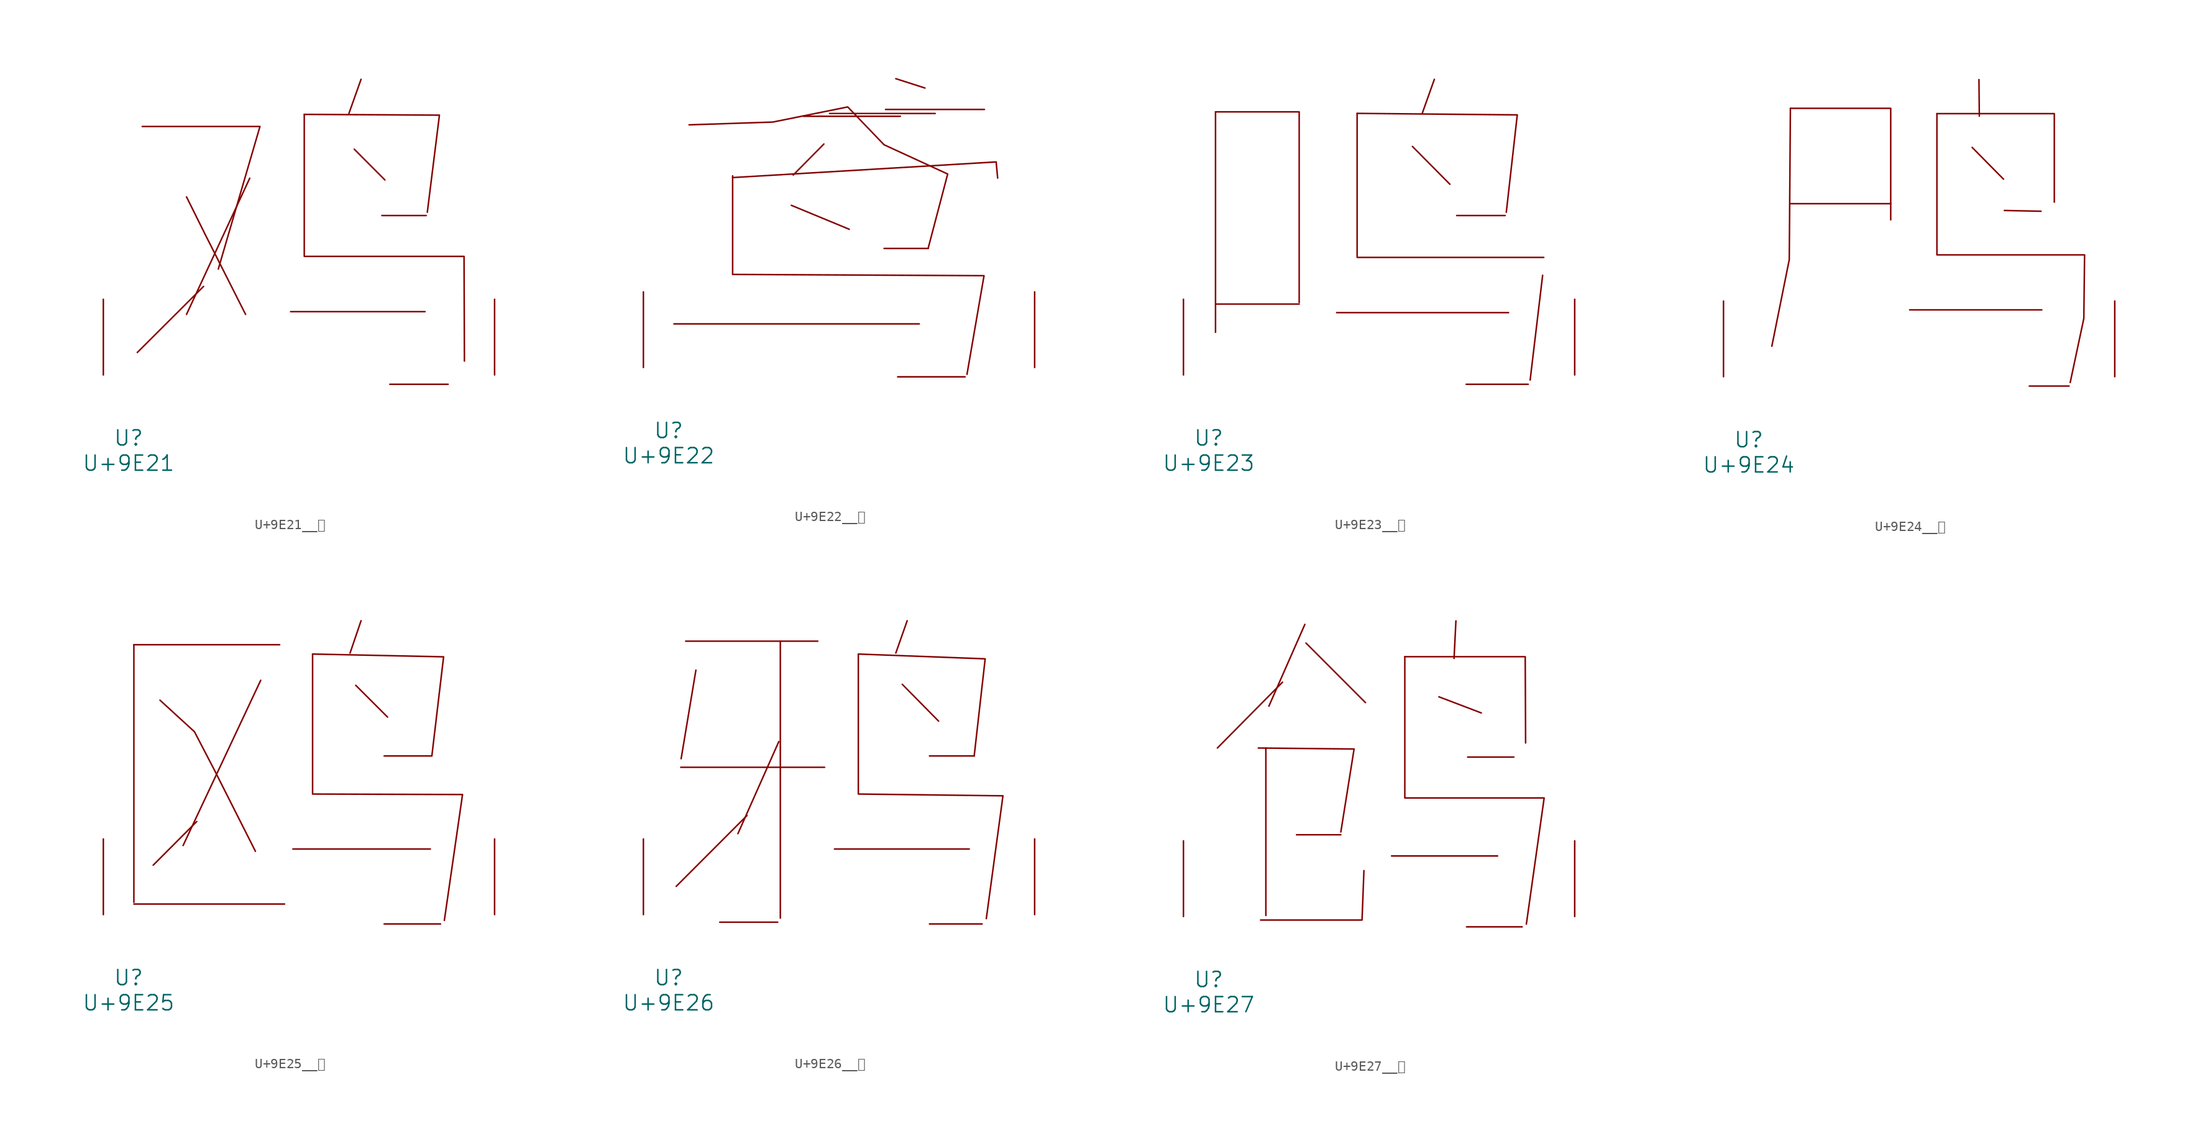
<source format=kicad_sym>
(kicad_symbol_lib
  (version 20231120)
  (generator "kicad_symbol_editor")
  (generator_version "8.0")
  (symbol "U+9E21__鸡"
    (pin_names
      (offset 1.016))
    (property "Reference" "U"
      (at 0 -6.35 0)
      (effects (font (size 1.524 1.524))))
    (property "Value" "U+9E21"
      (at 0 -8.89 0)
      (effects (font (size 1.524 1.524))))
    (symbol "U+9E21__鸡_0_1"
      (polyline (pts (xy 7.544 8.915) (xy 0.876 2.261)) (stroke (width 0) (type solid)) (fill (type none)))
      (polyline (pts (xy 12.192 19.812) (xy 5.829 6.096)) (stroke (width 0) (type solid)) (fill (type none)))
      (polyline (pts (xy 16.307 6.375) (xy 29.832 6.375)) (stroke (width 0) (type solid)) (fill (type none)))
      (polyline (pts (xy 22.708 22.733) (xy 25.794 19.634)) (stroke (width 0) (type solid)) (fill (type none)))
      (polyline (pts (xy 23.393 29.769) (xy 22.174 26.34)) (stroke (width 0) (type solid)) (fill (type none)))
      (polyline (pts (xy 25.489 16.053) (xy 29.947 16.053)) (stroke (width 0) (type solid)) (fill (type none)))
      (polyline (pts (xy 26.289 -0.94) (xy 32.156 -0.94)) (stroke (width 0) (type solid)) (fill (type none)))
      (polyline (pts (xy 1.372 25.019) (xy 13.221 25.019) (xy 9.03 10.668)) (stroke (width 0) (type solid)) (fill (type none)))
      (polyline (pts (xy 5.829 17.932) (xy 7.734 14.097) (xy 11.773 6.096)) (stroke (width 0) (type solid)) (fill (type none)))
      (polyline (pts (xy 17.678 26.238) (xy 31.28 26.162) (xy 30.061 16.383)) (stroke (width 0) (type solid)) (fill (type none)))
      (polyline (pts (xy 17.678 26.238) (xy 17.678 11.938) (xy 33.757 11.938) (xy 33.795 1.397)) (stroke (width 0) (type solid)) (fill (type none)))
      (pin input line (at -2.54 0 90) (length 7.62) (name "~" (effects (font (size 1.27 1.27)))) (number "~" (effects (font (size 1.27 1.27)))))
      (pin input line (at 36.83 0 90) (length 7.62) (name "~" (effects (font (size 1.27 1.27)))) (number "~" (effects (font (size 1.27 1.27)))))))
  (symbol "U+9E22__鸢"
    (pin_names
      (offset 1.016))
    (property "Reference" "U"
      (at 0 -6.35 0)
      (effects (font (size 1.524 1.524))))
    (property "Value" "U+9E22"
      (at 0 -8.89 0)
      (effects (font (size 1.524 1.524))))
    (symbol "U+9E22__鸢_0_1"
      (polyline (pts (xy 0.533 4.394) (xy 25.222 4.394)) (stroke (width 0) (type solid)) (fill (type none)))
      (polyline (pts (xy 12.344 16.332) (xy 18.174 13.919)) (stroke (width 0) (type solid)) (fill (type none)))
      (polyline (pts (xy 13.564 25.298) (xy 23.317 25.298)) (stroke (width 0) (type solid)) (fill (type none)))
      (polyline (pts (xy 15.621 22.504) (xy 12.535 19.38)) (stroke (width 0) (type solid)) (fill (type none)))
      (polyline (pts (xy 16.192 25.578) (xy 26.822 25.578)) (stroke (width 0) (type solid)) (fill (type none)))
      (polyline (pts (xy 21.679 11.989) (xy 26.137 11.989)) (stroke (width 0) (type solid)) (fill (type none)))
      (polyline (pts (xy 21.831 25.984) (xy 31.775 25.984)) (stroke (width 0) (type solid)) (fill (type none)))
      (polyline (pts (xy 22.86 29.083) (xy 25.794 28.143)) (stroke (width 0) (type solid)) (fill (type none)))
      (polyline (pts (xy 23.05 -0.94) (xy 29.832 -0.94)) (stroke (width 0) (type solid)) (fill (type none)))
      (polyline (pts (xy 6.439 19.126) (xy 32.956 20.701) (xy 33.109 19.075)) (stroke (width 0) (type solid)) (fill (type none)))
      (polyline (pts (xy 6.439 19.304) (xy 6.439 9.373) (xy 31.737 9.246) (xy 30.023 -0.686)) (stroke (width 0) (type solid)) (fill (type none)))
      (polyline (pts (xy 2.057 24.435) (xy 10.477 24.714) (xy 18.021 26.238) (xy 21.679 22.428) (xy 28.08 19.482) (xy 26.137 12.09)) (stroke (width 0) (type solid)) (fill (type none)))
      (pin input line (at -2.54 0 90) (length 7.62) (name "~" (effects (font (size 1.27 1.27)))) (number "~" (effects (font (size 1.27 1.27)))))
      (pin input line (at 36.83 0 90) (length 7.62) (name "~" (effects (font (size 1.27 1.27)))) (number "~" (effects (font (size 1.27 1.27)))))))
  (symbol "U+9E23__鸣"
    (pin_names
      (offset 1.016))
    (property "Reference" "U"
      (at 0 -6.35 0)
      (effects (font (size 1.524 1.524))))
    (property "Value" "U+9E23"
      (at 0 -8.89 0)
      (effects (font (size 1.524 1.524))))
    (symbol "U+9E23__鸣_0_1"
      (polyline (pts (xy 0.686 7.137) (xy 9.106 7.137)) (stroke (width 0) (type solid)) (fill (type none)))
      (polyline (pts (xy 0.686 26.492) (xy 0.686 4.293)) (stroke (width 0) (type solid)) (fill (type none)))
      (polyline (pts (xy 12.878 6.274) (xy 30.175 6.274)) (stroke (width 0) (type solid)) (fill (type none)))
      (polyline (pts (xy 14.935 11.836) (xy 33.718 11.836)) (stroke (width 0) (type solid)) (fill (type none)))
      (polyline (pts (xy 14.935 26.34) (xy 14.935 11.938)) (stroke (width 0) (type solid)) (fill (type none)))
      (polyline (pts (xy 20.498 23.012) (xy 24.27 19.202)) (stroke (width 0) (type solid)) (fill (type none)))
      (polyline (pts (xy 22.708 29.769) (xy 21.488 26.34)) (stroke (width 0) (type solid)) (fill (type none)))
      (polyline (pts (xy 24.956 16.053) (xy 29.832 16.053)) (stroke (width 0) (type solid)) (fill (type none)))
      (polyline (pts (xy 25.908 -0.94) (xy 32.156 -0.94)) (stroke (width 0) (type solid)) (fill (type none)))
      (polyline (pts (xy 33.604 10.033) (xy 32.347 -0.508)) (stroke (width 0) (type solid)) (fill (type none)))
      (polyline (pts (xy 0.686 26.492) (xy 9.106 26.492) (xy 9.106 7.29)) (stroke (width 0) (type solid)) (fill (type none)))
      (polyline (pts (xy 14.935 26.34) (xy 31.052 26.187) (xy 29.947 16.383)) (stroke (width 0) (type solid)) (fill (type none)))
      (pin input line (at -2.54 0 90) (length 7.62) (name "~" (effects (font (size 1.27 1.27)))) (number "~" (effects (font (size 1.27 1.27)))))
      (pin input line (at 36.83 0 90) (length 7.62) (name "~" (effects (font (size 1.27 1.27)))) (number "~" (effects (font (size 1.27 1.27)))))))
  (symbol "U+9E24__鸤"
    (pin_names
      (offset 1.016))
    (property "Reference" "U"
      (at 0 -6.35 0)
      (effects (font (size 1.524 1.524))))
    (property "Value" "U+9E24"
      (at 0 -8.89 0)
      (effects (font (size 1.524 1.524))))
    (symbol "U+9E24__鸤_0_1"
      (polyline (pts (xy 4.191 17.424) (xy 14.287 17.424)) (stroke (width 0) (type solid)) (fill (type none)))
      (polyline (pts (xy 16.192 6.731) (xy 29.489 6.731)) (stroke (width 0) (type solid)) (fill (type none)))
      (polyline (pts (xy 22.479 23.089) (xy 25.641 19.888)) (stroke (width 0) (type solid)) (fill (type none)))
      (polyline (pts (xy 23.165 29.921) (xy 23.203 26.238)) (stroke (width 0) (type solid)) (fill (type none)))
      (polyline (pts (xy 28.232 -0.94) (xy 32.233 -0.94)) (stroke (width 0) (type solid)) (fill (type none)))
      (polyline (pts (xy 29.413 16.662) (xy 25.718 16.739)) (stroke (width 0) (type solid)) (fill (type none)))
      (polyline (pts (xy 4.191 27.026) (xy 4.077 11.786) (xy 2.324 3.073)) (stroke (width 0) (type solid)) (fill (type none)))
      (polyline (pts (xy 4.191 27.026) (xy 14.287 27.026) (xy 14.287 15.799)) (stroke (width 0) (type solid)) (fill (type none)))
      (polyline (pts (xy 18.936 26.492) (xy 30.747 26.492) (xy 30.747 17.577)) (stroke (width 0) (type solid)) (fill (type none)))
      (polyline (pts (xy 18.936 26.492) (xy 18.936 12.268) (xy 33.795 12.268) (xy 33.718 5.867) (xy 32.347 -0.584)) (stroke (width 0) (type solid)) (fill (type none)))
      (pin input line (at -2.54 0 90) (length 7.62) (name "~" (effects (font (size 1.27 1.27)))) (number "~" (effects (font (size 1.27 1.27)))))
      (pin input line (at 36.83 0 90) (length 7.62) (name "~" (effects (font (size 1.27 1.27)))) (number "~" (effects (font (size 1.27 1.27)))))))
  (symbol "U+9E25__鸥"
    (pin_names
      (offset 1.016))
    (property "Reference" "U"
      (at 0 -6.35 0)
      (effects (font (size 1.524 1.524))))
    (property "Value" "U+9E25"
      (at 0 -8.89 0)
      (effects (font (size 1.524 1.524))))
    (symbol "U+9E25__鸥_0_1"
      (polyline (pts (xy 0.533 1.067) (xy 15.697 1.067)) (stroke (width 0) (type solid)) (fill (type none)))
      (polyline (pts (xy 0.533 27.178) (xy 0.533 1.245)) (stroke (width 0) (type solid)) (fill (type none)))
      (polyline (pts (xy 0.533 27.178) (xy 15.202 27.178)) (stroke (width 0) (type solid)) (fill (type none)))
      (polyline (pts (xy 6.858 9.373) (xy 2.477 4.978)) (stroke (width 0) (type solid)) (fill (type none)))
      (polyline (pts (xy 13.297 23.597) (xy 5.486 6.96)) (stroke (width 0) (type solid)) (fill (type none)))
      (polyline (pts (xy 16.535 6.604) (xy 30.366 6.604)) (stroke (width 0) (type solid)) (fill (type none)))
      (polyline (pts (xy 22.86 23.089) (xy 26.06 19.888)) (stroke (width 0) (type solid)) (fill (type none)))
      (polyline (pts (xy 23.393 29.591) (xy 22.288 26.34)) (stroke (width 0) (type solid)) (fill (type none)))
      (polyline (pts (xy 25.718 -0.94) (xy 31.394 -0.94)) (stroke (width 0) (type solid)) (fill (type none)))
      (polyline (pts (xy 25.718 15.977) (xy 30.518 15.977)) (stroke (width 0) (type solid)) (fill (type none)))
      (polyline (pts (xy 18.517 26.238) (xy 31.699 25.959) (xy 30.518 15.977)) (stroke (width 0) (type solid)) (fill (type none)))
      (polyline (pts (xy 3.162 21.59) (xy 6.629 18.415) (xy 8.572 14.681) (xy 12.764 6.375)) (stroke (width 0) (type solid)) (fill (type none)))
      (polyline (pts (xy 18.517 26.238) (xy 18.517 12.141) (xy 33.604 12.09) (xy 31.775 -0.584)) (stroke (width 0) (type solid)) (fill (type none)))
      (pin input line (at -2.54 0 90) (length 7.62) (name "~" (effects (font (size 1.27 1.27)))) (number "~" (effects (font (size 1.27 1.27)))))
      (pin input line (at 36.83 0 90) (length 7.62) (name "~" (effects (font (size 1.27 1.27)))) (number "~" (effects (font (size 1.27 1.27)))))))
  (symbol "U+9E26__鸦"
    (pin_names
      (offset 1.016))
    (property "Reference" "U"
      (at 0 -6.35 0)
      (effects (font (size 1.524 1.524))))
    (property "Value" "U+9E26"
      (at 0 -8.89 0)
      (effects (font (size 1.524 1.524))))
    (symbol "U+9E26__鸦_0_1"
      (polyline (pts (xy 1.219 14.834) (xy 15.697 14.834)) (stroke (width 0) (type solid)) (fill (type none)))
      (polyline (pts (xy 1.714 27.534) (xy 15.011 27.534)) (stroke (width 0) (type solid)) (fill (type none)))
      (polyline (pts (xy 2.743 24.613) (xy 1.257 15.697)) (stroke (width 0) (type solid)) (fill (type none)))
      (polyline (pts (xy 5.144 -0.762) (xy 10.973 -0.762)) (stroke (width 0) (type solid)) (fill (type none)))
      (polyline (pts (xy 7.887 9.982) (xy 0.762 2.845)) (stroke (width 0) (type solid)) (fill (type none)))
      (polyline (pts (xy 11.087 17.424) (xy 6.972 8.153)) (stroke (width 0) (type solid)) (fill (type none)))
      (polyline (pts (xy 11.239 27.534) (xy 11.239 -0.356)) (stroke (width 0) (type solid)) (fill (type none)))
      (polyline (pts (xy 16.688 6.604) (xy 30.251 6.604)) (stroke (width 0) (type solid)) (fill (type none)))
      (polyline (pts (xy 23.508 23.19) (xy 27.165 19.482)) (stroke (width 0) (type solid)) (fill (type none)))
      (polyline (pts (xy 24.003 29.591) (xy 22.86 26.34)) (stroke (width 0) (type solid)) (fill (type none)))
      (polyline (pts (xy 26.251 -0.94) (xy 31.547 -0.94)) (stroke (width 0) (type solid)) (fill (type none)))
      (polyline (pts (xy 26.251 15.977) (xy 30.747 15.977)) (stroke (width 0) (type solid)) (fill (type none)))
      (polyline (pts (xy 19.088 26.238) (xy 31.852 25.756) (xy 30.747 15.977)) (stroke (width 0) (type solid)) (fill (type none)))
      (polyline (pts (xy 19.088 26.238) (xy 19.088 12.141) (xy 33.642 11.963) (xy 31.966 -0.406)) (stroke (width 0) (type solid)) (fill (type none)))
      (pin input line (at -2.54 0 90) (length 7.62) (name "~" (effects (font (size 1.27 1.27)))) (number "~" (effects (font (size 1.27 1.27)))))
      (pin input line (at 36.83 0 90) (length 7.62) (name "~" (effects (font (size 1.27 1.27)))) (number "~" (effects (font (size 1.27 1.27)))))))
  (symbol "U+9E27__鸧"
    (pin_names
      (offset 1.016))
    (property "Reference" "U"
      (at 0 -6.35 0)
      (effects (font (size 1.524 1.524))))
    (property "Value" "U+9E27"
      (at 0 -8.89 0)
      (effects (font (size 1.524 1.524))))
    (symbol "U+9E27__鸧_0_1"
      (polyline (pts (xy 5.22 -0.356) (xy 15.354 -0.356)) (stroke (width 0) (type solid)) (fill (type none)))
      (polyline (pts (xy 5.753 16.967) (xy 5.753 0.102)) (stroke (width 0) (type solid)) (fill (type none)))
      (polyline (pts (xy 7.429 23.597) (xy 0.876 16.967)) (stroke (width 0) (type solid)) (fill (type none)))
      (polyline (pts (xy 8.839 8.23) (xy 13.297 8.23)) (stroke (width 0) (type solid)) (fill (type none)))
      (polyline (pts (xy 9.677 29.413) (xy 6.058 21.184)) (stroke (width 0) (type solid)) (fill (type none)))
      (polyline (pts (xy 9.792 27.534) (xy 15.773 21.539)) (stroke (width 0) (type solid)) (fill (type none)))
      (polyline (pts (xy 15.621 4.623) (xy 15.431 -0.356)) (stroke (width 0) (type solid)) (fill (type none)))
      (polyline (pts (xy 18.402 6.096) (xy 29.07 6.096)) (stroke (width 0) (type solid)) (fill (type none)))
      (polyline (pts (xy 23.165 22.123) (xy 27.432 20.498)) (stroke (width 0) (type solid)) (fill (type none)))
      (polyline (pts (xy 24.879 29.769) (xy 24.689 25.984)) (stroke (width 0) (type solid)) (fill (type none)))
      (polyline (pts (xy 25.946 -1.041) (xy 31.547 -1.041)) (stroke (width 0) (type solid)) (fill (type none)))
      (polyline (pts (xy 26.06 16.053) (xy 30.709 16.053)) (stroke (width 0) (type solid)) (fill (type none)))
      (polyline (pts (xy 4.991 16.967) (xy 14.63 16.866) (xy 13.297 8.509)) (stroke (width 0) (type solid)) (fill (type none)))
      (polyline (pts (xy 19.736 26.162) (xy 31.852 26.162) (xy 31.89 17.475)) (stroke (width 0) (type solid)) (fill (type none)))
      (polyline (pts (xy 19.736 26.162) (xy 19.736 11.938) (xy 33.757 11.938) (xy 31.966 -0.762)) (stroke (width 0) (type solid)) (fill (type none)))
      (pin input line (at -2.54 0 90) (length 7.62) (name "~" (effects (font (size 1.27 1.27)))) (number "~" (effects (font (size 1.27 1.27)))))
      (pin input line (at 36.83 0 90) (length 7.62) (name "~" (effects (font (size 1.27 1.27)))) (number "~" (effects (font (size 1.27 1.27))))))))
</source>
